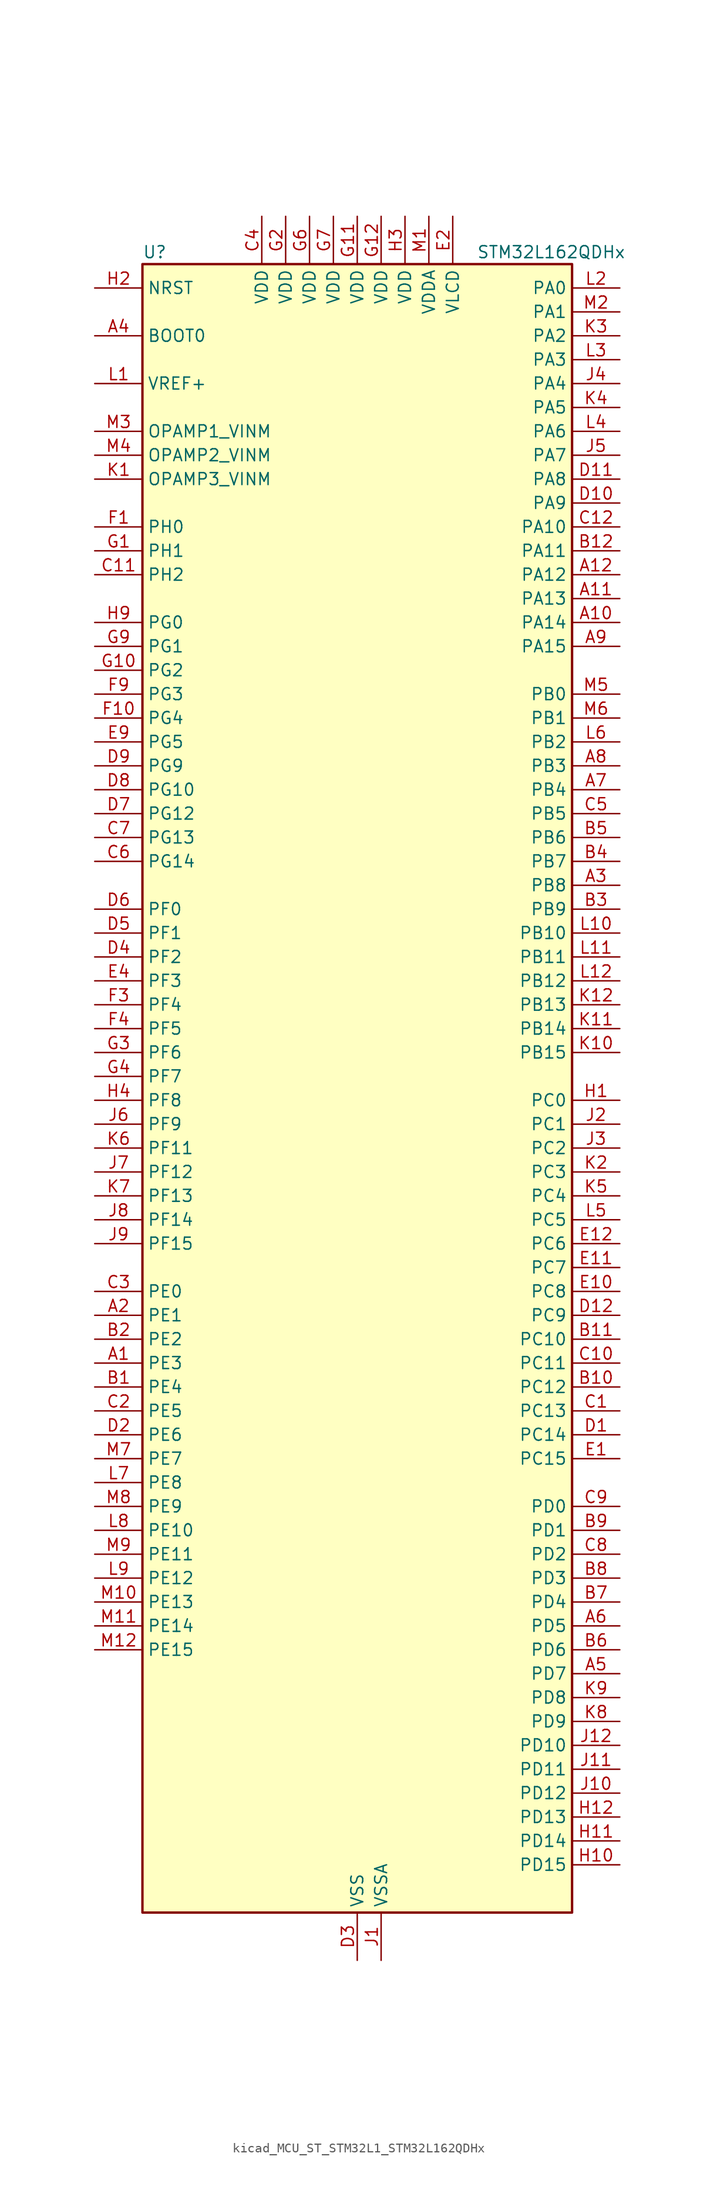
<source format=kicad_sym>
(kicad_symbol_lib
  (version 20220914)
  (generator kicad_symbol_editor)
  (symbol "kicad_MCU_ST_STM32L1_STM32L162QDHx"
    (property "Reference" "U"
      (at -22.86 90.17 0)
      (effects (font (size 1.27 1.27)) (justify left)))
    (property "Value" "STM32L162QDHx"
      (at 12.7 90.17 0)
      (effects (font (size 1.27 1.27)) (justify left)))
    (property "ki_locked" ""
      (at 0 0 0)
      (effects (font (size 1.27 1.27))))
    (symbol "kicad_MCU_ST_STM32L1_STM32L162QDHx_0_1"
      (rectangle (start -22.86 -86.36) (end 22.86 88.9) (stroke (width 0.254) (type default)) (fill (type background))))
    (symbol "kicad_MCU_ST_STM32L1_STM32L162QDHx_1_1"
      (pin bidirectional line (at -27.94 -27.94 0) (length 5.08) (name "PE3" (effects (font (size 1.27 1.27)))) (number "A1" (effects (font (size 1.27 1.27)))) (alternate "FSMC_A19" bidirectional line) (alternate "LCD_SEG39" bidirectional line) (alternate "SYS_TRACED0" bidirectional line) (alternate "TIM3_CH1" bidirectional line) (alternate "TIMX_IC4" bidirectional line))
      (pin bidirectional line (at 27.94 50.8 180) (length 5.08) (name "PA14" (effects (font (size 1.27 1.27)))) (number "A10" (effects (font (size 1.27 1.27)))) (alternate "SYS_JTCK-SWCLK" bidirectional line) (alternate "TIMX_IC3" bidirectional line) (alternate "TS_G5_IO2" bidirectional line))
      (pin bidirectional line (at 27.94 53.34 180) (length 5.08) (name "PA13" (effects (font (size 1.27 1.27)))) (number "A11" (effects (font (size 1.27 1.27)))) (alternate "SYS_JTMS-SWDIO" bidirectional line) (alternate "TIMX_IC2" bidirectional line) (alternate "TS_G5_IO1" bidirectional line))
      (pin bidirectional line (at 27.94 55.88 180) (length 5.08) (name "PA12" (effects (font (size 1.27 1.27)))) (number "A12" (effects (font (size 1.27 1.27)))) (alternate "SPI1_MOSI" bidirectional line) (alternate "TIMX_IC1" bidirectional line) (alternate "USART1_RTS" bidirectional line) (alternate "USB_DP" bidirectional line))
      (pin bidirectional line (at -27.94 -22.86 0) (length 5.08) (name "PE1" (effects (font (size 1.27 1.27)))) (number "A2" (effects (font (size 1.27 1.27)))) (alternate "FSMC_NBL1" bidirectional line) (alternate "LCD_SEG37" bidirectional line) (alternate "TIM11_CH1" bidirectional line) (alternate "TIMX_IC2" bidirectional line))
      (pin bidirectional line (at 27.94 22.86 180) (length 5.08) (name "PB8" (effects (font (size 1.27 1.27)))) (number "A3" (effects (font (size 1.27 1.27)))) (alternate "I2C1_SCL" bidirectional line) (alternate "LCD_SEG16" bidirectional line) (alternate "SDIO_D4" bidirectional line) (alternate "TIM10_CH1" bidirectional line) (alternate "TIM4_CH3" bidirectional line))
      (pin input line (at -27.94 81.28 0) (length 5.08) (name "BOOT0" (effects (font (size 1.27 1.27)))) (number "A4" (effects (font (size 1.27 1.27)))))
      (pin bidirectional line (at 27.94 -60.96 180) (length 5.08) (name "PD7" (effects (font (size 1.27 1.27)))) (number "A5" (effects (font (size 1.27 1.27)))) (alternate "FSMC_NE1" bidirectional line) (alternate "TIM9_CH2" bidirectional line) (alternate "TIMX_IC4" bidirectional line) (alternate "USART2_CK" bidirectional line))
      (pin bidirectional line (at 27.94 -55.88 180) (length 5.08) (name "PD5" (effects (font (size 1.27 1.27)))) (number "A6" (effects (font (size 1.27 1.27)))) (alternate "FSMC_NWE" bidirectional line) (alternate "TIMX_IC2" bidirectional line) (alternate "USART2_TX" bidirectional line))
      (pin bidirectional line (at 27.94 33.02 180) (length 5.08) (name "PB4" (effects (font (size 1.27 1.27)))) (number "A7" (effects (font (size 1.27 1.27)))) (alternate "COMP2_INP" bidirectional line) (alternate "LCD_SEG8" bidirectional line) (alternate "SPI1_MISO" bidirectional line) (alternate "SPI3_MISO" bidirectional line) (alternate "SYS_JTRST" bidirectional line) (alternate "TIM3_CH1" bidirectional line) (alternate "TS_G6_IO1" bidirectional line))
      (pin bidirectional line (at 27.94 35.56 180) (length 5.08) (name "PB3" (effects (font (size 1.27 1.27)))) (number "A8" (effects (font (size 1.27 1.27)))) (alternate "COMP2_INM" bidirectional line) (alternate "I2S3_CK" bidirectional line) (alternate "LCD_SEG7" bidirectional line) (alternate "SPI1_SCK" bidirectional line) (alternate "SPI3_SCK" bidirectional line) (alternate "SYS_JTDO-TRACESWO" bidirectional line) (alternate "TIM2_CH2" bidirectional line))
      (pin bidirectional line (at 27.94 48.26 180) (length 5.08) (name "PA15" (effects (font (size 1.27 1.27)))) (number "A9" (effects (font (size 1.27 1.27)))) (alternate "ADC_EXTI15" bidirectional line) (alternate "I2S3_WS" bidirectional line) (alternate "LCD_SEG17" bidirectional line) (alternate "SPI1_NSS" bidirectional line) (alternate "SPI3_NSS" bidirectional line) (alternate "SYS_JTDI" bidirectional line) (alternate "TIM2_CH1" bidirectional line) (alternate "TIM2_ETR" bidirectional line) (alternate "TIMX_IC4" bidirectional line) (alternate "TS_G5_IO3" bidirectional line))
      (pin bidirectional line (at -27.94 -30.48 0) (length 5.08) (name "PE4" (effects (font (size 1.27 1.27)))) (number "B1" (effects (font (size 1.27 1.27)))) (alternate "FSMC_A20" bidirectional line) (alternate "SYS_TRACED1" bidirectional line) (alternate "TIM3_CH2" bidirectional line) (alternate "TIMX_IC1" bidirectional line))
      (pin bidirectional line (at 27.94 -30.48 180) (length 5.08) (name "PC12" (effects (font (size 1.27 1.27)))) (number "B10" (effects (font (size 1.27 1.27)))) (alternate "I2S3_SD" bidirectional line) (alternate "LCD_COM6" bidirectional line) (alternate "LCD_SEG30" bidirectional line) (alternate "LCD_SEG42" bidirectional line) (alternate "SDIO_CK" bidirectional line) (alternate "SPI3_MOSI" bidirectional line) (alternate "TIMX_IC1" bidirectional line) (alternate "UART5_TX" bidirectional line) (alternate "USART3_CK" bidirectional line))
      (pin bidirectional line (at 27.94 -25.4 180) (length 5.08) (name "PC10" (effects (font (size 1.27 1.27)))) (number "B11" (effects (font (size 1.27 1.27)))) (alternate "I2S3_CK" bidirectional line) (alternate "LCD_COM4" bidirectional line) (alternate "LCD_SEG28" bidirectional line) (alternate "LCD_SEG40" bidirectional line) (alternate "SDIO_D2" bidirectional line) (alternate "SPI3_SCK" bidirectional line) (alternate "TIMX_IC3" bidirectional line) (alternate "UART4_TX" bidirectional line) (alternate "USART3_TX" bidirectional line))
      (pin bidirectional line (at 27.94 58.42 180) (length 5.08) (name "PA11" (effects (font (size 1.27 1.27)))) (number "B12" (effects (font (size 1.27 1.27)))) (alternate "ADC_EXTI11" bidirectional line) (alternate "SPI1_MISO" bidirectional line) (alternate "TIMX_IC4" bidirectional line) (alternate "USART1_CTS" bidirectional line) (alternate "USB_DM" bidirectional line))
      (pin bidirectional line (at -27.94 -25.4 0) (length 5.08) (name "PE2" (effects (font (size 1.27 1.27)))) (number "B2" (effects (font (size 1.27 1.27)))) (alternate "FSMC_A23" bidirectional line) (alternate "LCD_SEG38" bidirectional line) (alternate "SYS_TRACECK" bidirectional line) (alternate "TIM3_ETR" bidirectional line) (alternate "TIMX_IC3" bidirectional line))
      (pin bidirectional line (at 27.94 20.32 180) (length 5.08) (name "PB9" (effects (font (size 1.27 1.27)))) (number "B3" (effects (font (size 1.27 1.27)))) (alternate "DAC_EXTI9" bidirectional line) (alternate "I2C1_SDA" bidirectional line) (alternate "LCD_COM3" bidirectional line) (alternate "SDIO_D5" bidirectional line) (alternate "TIM11_CH1" bidirectional line) (alternate "TIM4_CH4" bidirectional line))
      (pin bidirectional line (at 27.94 25.4 180) (length 5.08) (name "PB7" (effects (font (size 1.27 1.27)))) (number "B4" (effects (font (size 1.27 1.27)))) (alternate "COMP2_INP" bidirectional line) (alternate "FSMC_NL" bidirectional line) (alternate "I2C1_SDA" bidirectional line) (alternate "SYS_PVD_IN" bidirectional line) (alternate "TIM4_CH2" bidirectional line) (alternate "TS_G6_IO4" bidirectional line) (alternate "USART1_RX" bidirectional line))
      (pin bidirectional line (at 27.94 27.94 180) (length 5.08) (name "PB6" (effects (font (size 1.27 1.27)))) (number "B5" (effects (font (size 1.27 1.27)))) (alternate "COMP2_INP" bidirectional line) (alternate "I2C1_SCL" bidirectional line) (alternate "TIM4_CH1" bidirectional line) (alternate "TS_G6_IO3" bidirectional line) (alternate "USART1_TX" bidirectional line))
      (pin bidirectional line (at 27.94 -58.42 180) (length 5.08) (name "PD6" (effects (font (size 1.27 1.27)))) (number "B6" (effects (font (size 1.27 1.27)))) (alternate "FSMC_NWAIT" bidirectional line) (alternate "TIMX_IC3" bidirectional line) (alternate "USART2_RX" bidirectional line))
      (pin bidirectional line (at 27.94 -53.34 180) (length 5.08) (name "PD4" (effects (font (size 1.27 1.27)))) (number "B7" (effects (font (size 1.27 1.27)))) (alternate "FSMC_NOE" bidirectional line) (alternate "I2S2_SD" bidirectional line) (alternate "SPI2_MOSI" bidirectional line) (alternate "TIMX_IC1" bidirectional line) (alternate "USART2_RTS" bidirectional line))
      (pin bidirectional line (at 27.94 -50.8 180) (length 5.08) (name "PD3" (effects (font (size 1.27 1.27)))) (number "B8" (effects (font (size 1.27 1.27)))) (alternate "FSMC_CLK" bidirectional line) (alternate "SPI2_MISO" bidirectional line) (alternate "TIMX_IC4" bidirectional line) (alternate "USART2_CTS" bidirectional line))
      (pin bidirectional line (at 27.94 -45.72 180) (length 5.08) (name "PD1" (effects (font (size 1.27 1.27)))) (number "B9" (effects (font (size 1.27 1.27)))) (alternate "FSMC_D3" bidirectional line) (alternate "FSMC_DA3" bidirectional line) (alternate "I2S2_CK" bidirectional line) (alternate "SPI2_SCK" bidirectional line) (alternate "TIMX_IC2" bidirectional line))
      (pin bidirectional line (at 27.94 -33.02 180) (length 5.08) (name "PC13" (effects (font (size 1.27 1.27)))) (number "C1" (effects (font (size 1.27 1.27)))) (alternate "RTC_OUT_ALARM" bidirectional line) (alternate "RTC_OUT_CALIB" bidirectional line) (alternate "RTC_TAMP1" bidirectional line) (alternate "RTC_TS" bidirectional line) (alternate "SYS_WKUP2" bidirectional line) (alternate "TIMX_IC2" bidirectional line))
      (pin bidirectional line (at 27.94 -27.94 180) (length 5.08) (name "PC11" (effects (font (size 1.27 1.27)))) (number "C10" (effects (font (size 1.27 1.27)))) (alternate "ADC_EXTI11" bidirectional line) (alternate "LCD_COM5" bidirectional line) (alternate "LCD_SEG29" bidirectional line) (alternate "LCD_SEG41" bidirectional line) (alternate "SDIO_D3" bidirectional line) (alternate "SPI3_MISO" bidirectional line) (alternate "TIMX_IC4" bidirectional line) (alternate "UART4_RX" bidirectional line) (alternate "USART3_RX" bidirectional line))
      (pin bidirectional line (at -27.94 55.88 0) (length 5.08) (name "PH2" (effects (font (size 1.27 1.27)))) (number "C11" (effects (font (size 1.27 1.27)))) (alternate "FSMC_A22" bidirectional line))
      (pin bidirectional line (at 27.94 60.96 180) (length 5.08) (name "PA10" (effects (font (size 1.27 1.27)))) (number "C12" (effects (font (size 1.27 1.27)))) (alternate "LCD_COM2" bidirectional line) (alternate "TIMX_IC3" bidirectional line) (alternate "TS_G4_IO3" bidirectional line) (alternate "USART1_RX" bidirectional line))
      (pin bidirectional line (at -27.94 -33.02 0) (length 5.08) (name "PE5" (effects (font (size 1.27 1.27)))) (number "C2" (effects (font (size 1.27 1.27)))) (alternate "FSMC_A21" bidirectional line) (alternate "SYS_TRACED2" bidirectional line) (alternate "TIM9_CH1" bidirectional line) (alternate "TIMX_IC2" bidirectional line))
      (pin bidirectional line (at -27.94 -20.32 0) (length 5.08) (name "PE0" (effects (font (size 1.27 1.27)))) (number "C3" (effects (font (size 1.27 1.27)))) (alternate "FSMC_NBL0" bidirectional line) (alternate "LCD_SEG36" bidirectional line) (alternate "TIM10_CH1" bidirectional line) (alternate "TIM4_ETR" bidirectional line) (alternate "TIMX_IC1" bidirectional line))
      (pin power_in line (at -10.16 93.98 270) (length 5.08) (name "VDD" (effects (font (size 1.27 1.27)))) (number "C4" (effects (font (size 1.27 1.27)))))
      (pin bidirectional line (at 27.94 30.48 180) (length 5.08) (name "PB5" (effects (font (size 1.27 1.27)))) (number "C5" (effects (font (size 1.27 1.27)))) (alternate "COMP2_INP" bidirectional line) (alternate "I2C1_SMBA" bidirectional line) (alternate "I2S3_SD" bidirectional line) (alternate "LCD_SEG9" bidirectional line) (alternate "SPI1_MOSI" bidirectional line) (alternate "SPI3_MOSI" bidirectional line) (alternate "TIM3_CH2" bidirectional line) (alternate "TS_G6_IO2" bidirectional line))
      (pin bidirectional line (at -27.94 25.4 0) (length 5.08) (name "PG14" (effects (font (size 1.27 1.27)))) (number "C6" (effects (font (size 1.27 1.27)))) (alternate "FSMC_A25" bidirectional line))
      (pin bidirectional line (at -27.94 27.94 0) (length 5.08) (name "PG13" (effects (font (size 1.27 1.27)))) (number "C7" (effects (font (size 1.27 1.27)))) (alternate "FSMC_A24" bidirectional line))
      (pin bidirectional line (at 27.94 -48.26 180) (length 5.08) (name "PD2" (effects (font (size 1.27 1.27)))) (number "C8" (effects (font (size 1.27 1.27)))) (alternate "LCD_COM7" bidirectional line) (alternate "LCD_SEG31" bidirectional line) (alternate "LCD_SEG43" bidirectional line) (alternate "SDIO_CMD" bidirectional line) (alternate "TIM3_ETR" bidirectional line) (alternate "TIMX_IC3" bidirectional line) (alternate "UART5_RX" bidirectional line))
      (pin bidirectional line (at 27.94 -43.18 180) (length 5.08) (name "PD0" (effects (font (size 1.27 1.27)))) (number "C9" (effects (font (size 1.27 1.27)))) (alternate "FSMC_D2" bidirectional line) (alternate "FSMC_DA2" bidirectional line) (alternate "I2S2_WS" bidirectional line) (alternate "SPI2_NSS" bidirectional line) (alternate "TIM9_CH1" bidirectional line) (alternate "TIMX_IC1" bidirectional line))
      (pin bidirectional line (at 27.94 -35.56 180) (length 5.08) (name "PC14" (effects (font (size 1.27 1.27)))) (number "D1" (effects (font (size 1.27 1.27)))) (alternate "RCC_OSC32_IN" bidirectional line) (alternate "TIMX_IC3" bidirectional line))
      (pin bidirectional line (at 27.94 63.5 180) (length 5.08) (name "PA9" (effects (font (size 1.27 1.27)))) (number "D10" (effects (font (size 1.27 1.27)))) (alternate "DAC_EXTI9" bidirectional line) (alternate "LCD_COM1" bidirectional line) (alternate "TIMX_IC2" bidirectional line) (alternate "TS_G4_IO2" bidirectional line) (alternate "USART1_TX" bidirectional line))
      (pin bidirectional line (at 27.94 66.04 180) (length 5.08) (name "PA8" (effects (font (size 1.27 1.27)))) (number "D11" (effects (font (size 1.27 1.27)))) (alternate "LCD_COM0" bidirectional line) (alternate "RCC_MCO" bidirectional line) (alternate "TIMX_IC1" bidirectional line) (alternate "TS_G4_IO1" bidirectional line) (alternate "USART1_CK" bidirectional line))
      (pin bidirectional line (at 27.94 -22.86 180) (length 5.08) (name "PC9" (effects (font (size 1.27 1.27)))) (number "D12" (effects (font (size 1.27 1.27)))) (alternate "DAC_EXTI9" bidirectional line) (alternate "LCD_SEG27" bidirectional line) (alternate "SDIO_D1" bidirectional line) (alternate "TIM3_CH4" bidirectional line) (alternate "TIMX_IC2" bidirectional line) (alternate "TS_G10_IO4" bidirectional line))
      (pin bidirectional line (at -27.94 -35.56 0) (length 5.08) (name "PE6" (effects (font (size 1.27 1.27)))) (number "D2" (effects (font (size 1.27 1.27)))) (alternate "RTC_TAMP3" bidirectional line) (alternate "SYS_TRACED3" bidirectional line) (alternate "SYS_WKUP3" bidirectional line) (alternate "TIM9_CH2" bidirectional line) (alternate "TIMX_IC3" bidirectional line))
      (pin power_in line (at 0 -91.44 90) (length 5.08) (name "VSS" (effects (font (size 1.27 1.27)))) (number "D3" (effects (font (size 1.27 1.27)))))
      (pin bidirectional line (at -27.94 15.24 0) (length 5.08) (name "PF2" (effects (font (size 1.27 1.27)))) (number "D4" (effects (font (size 1.27 1.27)))) (alternate "FSMC_A2" bidirectional line))
      (pin bidirectional line (at -27.94 17.78 0) (length 5.08) (name "PF1" (effects (font (size 1.27 1.27)))) (number "D5" (effects (font (size 1.27 1.27)))) (alternate "FSMC_A1" bidirectional line))
      (pin bidirectional line (at -27.94 20.32 0) (length 5.08) (name "PF0" (effects (font (size 1.27 1.27)))) (number "D6" (effects (font (size 1.27 1.27)))) (alternate "FSMC_A0" bidirectional line))
      (pin bidirectional line (at -27.94 30.48 0) (length 5.08) (name "PG12" (effects (font (size 1.27 1.27)))) (number "D7" (effects (font (size 1.27 1.27)))) (alternate "FSMC_NE4" bidirectional line))
      (pin bidirectional line (at -27.94 33.02 0) (length 5.08) (name "PG10" (effects (font (size 1.27 1.27)))) (number "D8" (effects (font (size 1.27 1.27)))) (alternate "FSMC_NE3" bidirectional line))
      (pin bidirectional line (at -27.94 35.56 0) (length 5.08) (name "PG9" (effects (font (size 1.27 1.27)))) (number "D9" (effects (font (size 1.27 1.27)))) (alternate "DAC_EXTI9" bidirectional line) (alternate "FSMC_NE2" bidirectional line))
      (pin bidirectional line (at 27.94 -38.1 180) (length 5.08) (name "PC15" (effects (font (size 1.27 1.27)))) (number "E1" (effects (font (size 1.27 1.27)))) (alternate "ADC_EXTI15" bidirectional line) (alternate "RCC_OSC32_OUT" bidirectional line) (alternate "TIMX_IC4" bidirectional line))
      (pin bidirectional line (at 27.94 -20.32 180) (length 5.08) (name "PC8" (effects (font (size 1.27 1.27)))) (number "E10" (effects (font (size 1.27 1.27)))) (alternate "LCD_SEG26" bidirectional line) (alternate "SDIO_D0" bidirectional line) (alternate "TIM3_CH3" bidirectional line) (alternate "TIMX_IC1" bidirectional line) (alternate "TS_G10_IO3" bidirectional line))
      (pin bidirectional line (at 27.94 -17.78 180) (length 5.08) (name "PC7" (effects (font (size 1.27 1.27)))) (number "E11" (effects (font (size 1.27 1.27)))) (alternate "I2S3_MCK" bidirectional line) (alternate "LCD_SEG25" bidirectional line) (alternate "SDIO_D7" bidirectional line) (alternate "TIM3_CH2" bidirectional line) (alternate "TIMX_IC4" bidirectional line) (alternate "TS_G10_IO2" bidirectional line))
      (pin bidirectional line (at 27.94 -15.24 180) (length 5.08) (name "PC6" (effects (font (size 1.27 1.27)))) (number "E12" (effects (font (size 1.27 1.27)))) (alternate "I2S2_MCK" bidirectional line) (alternate "LCD_SEG24" bidirectional line) (alternate "SDIO_D6" bidirectional line) (alternate "TIM3_CH1" bidirectional line) (alternate "TIMX_IC3" bidirectional line) (alternate "TS_G10_IO1" bidirectional line))
      (pin power_in line (at 10.16 93.98 270) (length 5.08) (name "VLCD" (effects (font (size 1.27 1.27)))) (number "E2" (effects (font (size 1.27 1.27)))))
      (pin passive line (at 0 -91.44 90) (length 5.08) hide (name "VSS" (effects (font (size 1.27 1.27)))) (number "E3" (effects (font (size 1.27 1.27)))))
      (pin bidirectional line (at -27.94 12.7 0) (length 5.08) (name "PF3" (effects (font (size 1.27 1.27)))) (number "E4" (effects (font (size 1.27 1.27)))) (alternate "FSMC_A3" bidirectional line))
      (pin bidirectional line (at -27.94 38.1 0) (length 5.08) (name "PG5" (effects (font (size 1.27 1.27)))) (number "E9" (effects (font (size 1.27 1.27)))) (alternate "FSMC_A15" bidirectional line))
      (pin bidirectional line (at -27.94 60.96 0) (length 5.08) (name "PH0" (effects (font (size 1.27 1.27)))) (number "F1" (effects (font (size 1.27 1.27)))) (alternate "RCC_OSC_IN" bidirectional line))
      (pin bidirectional line (at -27.94 40.64 0) (length 5.08) (name "PG4" (effects (font (size 1.27 1.27)))) (number "F10" (effects (font (size 1.27 1.27)))) (alternate "ADC_IN12b" bidirectional line) (alternate "FSMC_A14" bidirectional line) (alternate "TS_G7_IO7" bidirectional line))
      (pin passive line (at 0 -91.44 90) (length 5.08) hide (name "VSS" (effects (font (size 1.27 1.27)))) (number "F11" (effects (font (size 1.27 1.27)))))
      (pin passive line (at 0 -91.44 90) (length 5.08) hide (name "VSS" (effects (font (size 1.27 1.27)))) (number "F12" (effects (font (size 1.27 1.27)))))
      (pin passive line (at 0 -91.44 90) (length 5.08) hide (name "VSS" (effects (font (size 1.27 1.27)))) (number "F2" (effects (font (size 1.27 1.27)))))
      (pin bidirectional line (at -27.94 10.16 0) (length 5.08) (name "PF4" (effects (font (size 1.27 1.27)))) (number "F3" (effects (font (size 1.27 1.27)))) (alternate "FSMC_A4" bidirectional line))
      (pin bidirectional line (at -27.94 7.62 0) (length 5.08) (name "PF5" (effects (font (size 1.27 1.27)))) (number "F4" (effects (font (size 1.27 1.27)))) (alternate "FSMC_A5" bidirectional line))
      (pin passive line (at 0 -91.44 90) (length 5.08) hide (name "VSS" (effects (font (size 1.27 1.27)))) (number "F6" (effects (font (size 1.27 1.27)))))
      (pin passive line (at 0 -91.44 90) (length 5.08) hide (name "VSS" (effects (font (size 1.27 1.27)))) (number "F7" (effects (font (size 1.27 1.27)))))
      (pin bidirectional line (at -27.94 43.18 0) (length 5.08) (name "PG3" (effects (font (size 1.27 1.27)))) (number "F9" (effects (font (size 1.27 1.27)))) (alternate "ADC_IN11b" bidirectional line) (alternate "FSMC_A13" bidirectional line) (alternate "TS_G7_IO6" bidirectional line))
      (pin bidirectional line (at -27.94 58.42 0) (length 5.08) (name "PH1" (effects (font (size 1.27 1.27)))) (number "G1" (effects (font (size 1.27 1.27)))) (alternate "RCC_OSC_OUT" bidirectional line))
      (pin bidirectional line (at -27.94 45.72 0) (length 5.08) (name "PG2" (effects (font (size 1.27 1.27)))) (number "G10" (effects (font (size 1.27 1.27)))) (alternate "ADC_IN10b" bidirectional line) (alternate "FSMC_A12" bidirectional line) (alternate "TS_G7_IO5" bidirectional line))
      (pin power_in line (at 0 93.98 270) (length 5.08) (name "VDD" (effects (font (size 1.27 1.27)))) (number "G11" (effects (font (size 1.27 1.27)))))
      (pin power_in line (at 2.54 93.98 270) (length 5.08) (name "VDD" (effects (font (size 1.27 1.27)))) (number "G12" (effects (font (size 1.27 1.27)))))
      (pin power_in line (at -7.62 93.98 270) (length 5.08) (name "VDD" (effects (font (size 1.27 1.27)))) (number "G2" (effects (font (size 1.27 1.27)))))
      (pin bidirectional line (at -27.94 5.08 0) (length 5.08) (name "PF6" (effects (font (size 1.27 1.27)))) (number "G3" (effects (font (size 1.27 1.27)))) (alternate "ADC_IN27" bidirectional line) (alternate "TIM5_CH1" bidirectional line) (alternate "TIM5_ETR" bidirectional line) (alternate "TS_G11_IO1" bidirectional line))
      (pin bidirectional line (at -27.94 2.54 0) (length 5.08) (name "PF7" (effects (font (size 1.27 1.27)))) (number "G4" (effects (font (size 1.27 1.27)))) (alternate "ADC_IN28" bidirectional line) (alternate "COMP1_INP" bidirectional line) (alternate "TIM5_CH2" bidirectional line) (alternate "TS_G11_IO2" bidirectional line))
      (pin power_in line (at -5.08 93.98 270) (length 5.08) (name "VDD" (effects (font (size 1.27 1.27)))) (number "G6" (effects (font (size 1.27 1.27)))))
      (pin power_in line (at -2.54 93.98 270) (length 5.08) (name "VDD" (effects (font (size 1.27 1.27)))) (number "G7" (effects (font (size 1.27 1.27)))))
      (pin bidirectional line (at -27.94 48.26 0) (length 5.08) (name "PG1" (effects (font (size 1.27 1.27)))) (number "G9" (effects (font (size 1.27 1.27)))) (alternate "ADC_IN9b" bidirectional line) (alternate "FSMC_A11" bidirectional line) (alternate "TS_G2_IO5" bidirectional line))
      (pin bidirectional line (at 27.94 0 180) (length 5.08) (name "PC0" (effects (font (size 1.27 1.27)))) (number "H1" (effects (font (size 1.27 1.27)))) (alternate "ADC_IN10" bidirectional line) (alternate "COMP1_INP" bidirectional line) (alternate "LCD_SEG18" bidirectional line) (alternate "TIMX_IC1" bidirectional line) (alternate "TS_G8_IO1" bidirectional line))
      (pin bidirectional line (at 27.94 -81.28 180) (length 5.08) (name "PD15" (effects (font (size 1.27 1.27)))) (number "H10" (effects (font (size 1.27 1.27)))) (alternate "ADC_EXTI15" bidirectional line) (alternate "FSMC_D1" bidirectional line) (alternate "FSMC_DA1" bidirectional line) (alternate "LCD_SEG35" bidirectional line) (alternate "TIM4_CH4" bidirectional line) (alternate "TIMX_IC4" bidirectional line))
      (pin bidirectional line (at 27.94 -78.74 180) (length 5.08) (name "PD14" (effects (font (size 1.27 1.27)))) (number "H11" (effects (font (size 1.27 1.27)))) (alternate "FSMC_D0" bidirectional line) (alternate "FSMC_DA0" bidirectional line) (alternate "LCD_SEG34" bidirectional line) (alternate "TIM4_CH3" bidirectional line) (alternate "TIMX_IC3" bidirectional line))
      (pin bidirectional line (at 27.94 -76.2 180) (length 5.08) (name "PD13" (effects (font (size 1.27 1.27)))) (number "H12" (effects (font (size 1.27 1.27)))) (alternate "FSMC_A18" bidirectional line) (alternate "LCD_SEG33" bidirectional line) (alternate "TIM4_CH2" bidirectional line) (alternate "TIMX_IC2" bidirectional line))
      (pin input line (at -27.94 86.36 0) (length 5.08) (name "NRST" (effects (font (size 1.27 1.27)))) (number "H2" (effects (font (size 1.27 1.27)))))
      (pin power_in line (at 5.08 93.98 270) (length 5.08) (name "VDD" (effects (font (size 1.27 1.27)))) (number "H3" (effects (font (size 1.27 1.27)))))
      (pin bidirectional line (at -27.94 0 0) (length 5.08) (name "PF8" (effects (font (size 1.27 1.27)))) (number "H4" (effects (font (size 1.27 1.27)))) (alternate "ADC_IN29" bidirectional line) (alternate "COMP1_INP" bidirectional line) (alternate "TIM5_CH3" bidirectional line) (alternate "TS_G11_IO3" bidirectional line))
      (pin bidirectional line (at -27.94 50.8 0) (length 5.08) (name "PG0" (effects (font (size 1.27 1.27)))) (number "H9" (effects (font (size 1.27 1.27)))) (alternate "ADC_IN8b" bidirectional line) (alternate "FSMC_A10" bidirectional line) (alternate "TS_G2_IO4" bidirectional line))
      (pin power_in line (at 2.54 -91.44 90) (length 5.08) (name "VSSA" (effects (font (size 1.27 1.27)))) (number "J1" (effects (font (size 1.27 1.27)))))
      (pin bidirectional line (at 27.94 -73.66 180) (length 5.08) (name "PD12" (effects (font (size 1.27 1.27)))) (number "J10" (effects (font (size 1.27 1.27)))) (alternate "FSMC_A17" bidirectional line) (alternate "LCD_SEG32" bidirectional line) (alternate "TIM4_CH1" bidirectional line) (alternate "TIMX_IC1" bidirectional line) (alternate "USART3_RTS" bidirectional line))
      (pin bidirectional line (at 27.94 -71.12 180) (length 5.08) (name "PD11" (effects (font (size 1.27 1.27)))) (number "J11" (effects (font (size 1.27 1.27)))) (alternate "ADC_EXTI11" bidirectional line) (alternate "FSMC_A16" bidirectional line) (alternate "LCD_SEG31" bidirectional line) (alternate "TIMX_IC4" bidirectional line) (alternate "USART3_CTS" bidirectional line))
      (pin bidirectional line (at 27.94 -68.58 180) (length 5.08) (name "PD10" (effects (font (size 1.27 1.27)))) (number "J12" (effects (font (size 1.27 1.27)))) (alternate "FSMC_D15" bidirectional line) (alternate "FSMC_DA15" bidirectional line) (alternate "LCD_SEG30" bidirectional line) (alternate "TIMX_IC3" bidirectional line) (alternate "USART3_CK" bidirectional line))
      (pin bidirectional line (at 27.94 -2.54 180) (length 5.08) (name "PC1" (effects (font (size 1.27 1.27)))) (number "J2" (effects (font (size 1.27 1.27)))) (alternate "ADC_IN11" bidirectional line) (alternate "COMP1_INP" bidirectional line) (alternate "LCD_SEG19" bidirectional line) (alternate "OPAMP3_VINP" bidirectional line) (alternate "TIMX_IC2" bidirectional line) (alternate "TS_G8_IO2" bidirectional line))
      (pin bidirectional line (at 27.94 -5.08 180) (length 5.08) (name "PC2" (effects (font (size 1.27 1.27)))) (number "J3" (effects (font (size 1.27 1.27)))) (alternate "ADC_IN12" bidirectional line) (alternate "COMP1_INP" bidirectional line) (alternate "LCD_SEG20" bidirectional line) (alternate "TIMX_IC3" bidirectional line) (alternate "TS_G8_IO3" bidirectional line))
      (pin bidirectional line (at 27.94 76.2 180) (length 5.08) (name "PA4" (effects (font (size 1.27 1.27)))) (number "J4" (effects (font (size 1.27 1.27)))) (alternate "ADC_IN4" bidirectional line) (alternate "COMP1_INP" bidirectional line) (alternate "DAC_OUT1" bidirectional line) (alternate "I2S3_WS" bidirectional line) (alternate "SPI1_NSS" bidirectional line) (alternate "SPI3_NSS" bidirectional line) (alternate "TIMX_IC1" bidirectional line) (alternate "USART2_CK" bidirectional line))
      (pin bidirectional line (at 27.94 68.58 180) (length 5.08) (name "PA7" (effects (font (size 1.27 1.27)))) (number "J5" (effects (font (size 1.27 1.27)))) (alternate "ADC_IN7" bidirectional line) (alternate "COMP1_INP" bidirectional line) (alternate "LCD_SEG4" bidirectional line) (alternate "SPI1_MOSI" bidirectional line) (alternate "TIM11_CH1" bidirectional line) (alternate "TIM3_CH2" bidirectional line) (alternate "TIMX_IC4" bidirectional line) (alternate "TS_G2_IO2" bidirectional line))
      (pin bidirectional line (at -27.94 -2.54 0) (length 5.08) (name "PF9" (effects (font (size 1.27 1.27)))) (number "J6" (effects (font (size 1.27 1.27)))) (alternate "ADC_IN30" bidirectional line) (alternate "COMP1_INP" bidirectional line) (alternate "DAC_EXTI9" bidirectional line) (alternate "TIM5_CH4" bidirectional line) (alternate "TS_G11_IO4" bidirectional line))
      (pin bidirectional line (at -27.94 -7.62 0) (length 5.08) (name "PF12" (effects (font (size 1.27 1.27)))) (number "J7" (effects (font (size 1.27 1.27)))) (alternate "ADC_IN2b" bidirectional line) (alternate "FSMC_A6" bidirectional line) (alternate "TS_G3_IO5" bidirectional line))
      (pin bidirectional line (at -27.94 -12.7 0) (length 5.08) (name "PF14" (effects (font (size 1.27 1.27)))) (number "J8" (effects (font (size 1.27 1.27)))) (alternate "ADC_IN6b" bidirectional line) (alternate "FSMC_A8" bidirectional line) (alternate "TS_G9_IO4" bidirectional line))
      (pin bidirectional line (at -27.94 -15.24 0) (length 5.08) (name "PF15" (effects (font (size 1.27 1.27)))) (number "J9" (effects (font (size 1.27 1.27)))) (alternate "ADC_EXTI15" bidirectional line) (alternate "ADC_IN7b" bidirectional line) (alternate "FSMC_A9" bidirectional line) (alternate "TS_G2_IO3" bidirectional line))
      (pin input line (at -27.94 66.04 0) (length 5.08) (name "OPAMP3_VINM" (effects (font (size 1.27 1.27)))) (number "K1" (effects (font (size 1.27 1.27)))) (alternate "OPAMP3_VINM" bidirectional line))
      (pin bidirectional line (at 27.94 5.08 180) (length 5.08) (name "PB15" (effects (font (size 1.27 1.27)))) (number "K10" (effects (font (size 1.27 1.27)))) (alternate "ADC_EXTI15" bidirectional line) (alternate "ADC_IN21" bidirectional line) (alternate "COMP1_INP" bidirectional line) (alternate "I2S2_SD" bidirectional line) (alternate "LCD_SEG15" bidirectional line) (alternate "RTC_REFIN" bidirectional line) (alternate "SPI2_MOSI" bidirectional line) (alternate "TIM11_CH1" bidirectional line) (alternate "TS_G7_IO4" bidirectional line))
      (pin bidirectional line (at 27.94 7.62 180) (length 5.08) (name "PB14" (effects (font (size 1.27 1.27)))) (number "K11" (effects (font (size 1.27 1.27)))) (alternate "ADC_IN20" bidirectional line) (alternate "COMP1_INP" bidirectional line) (alternate "LCD_SEG14" bidirectional line) (alternate "SPI2_MISO" bidirectional line) (alternate "TIM9_CH2" bidirectional line) (alternate "TS_G7_IO3" bidirectional line) (alternate "USART3_RTS" bidirectional line))
      (pin bidirectional line (at 27.94 10.16 180) (length 5.08) (name "PB13" (effects (font (size 1.27 1.27)))) (number "K12" (effects (font (size 1.27 1.27)))) (alternate "ADC_IN19" bidirectional line) (alternate "COMP1_INP" bidirectional line) (alternate "I2S2_CK" bidirectional line) (alternate "LCD_SEG13" bidirectional line) (alternate "SPI2_SCK" bidirectional line) (alternate "TIM9_CH1" bidirectional line) (alternate "TS_G7_IO2" bidirectional line) (alternate "USART3_CTS" bidirectional line))
      (pin bidirectional line (at 27.94 -7.62 180) (length 5.08) (name "PC3" (effects (font (size 1.27 1.27)))) (number "K2" (effects (font (size 1.27 1.27)))) (alternate "ADC_IN13" bidirectional line) (alternate "COMP1_INP" bidirectional line) (alternate "LCD_SEG21" bidirectional line) (alternate "OPAMP3_VOUT" bidirectional line) (alternate "TIMX_IC4" bidirectional line) (alternate "TS_G8_IO4" bidirectional line))
      (pin bidirectional line (at 27.94 81.28 180) (length 5.08) (name "PA2" (effects (font (size 1.27 1.27)))) (number "K3" (effects (font (size 1.27 1.27)))) (alternate "ADC_IN2" bidirectional line) (alternate "COMP1_INP" bidirectional line) (alternate "LCD_SEG1" bidirectional line) (alternate "TIM2_CH3" bidirectional line) (alternate "TIM5_CH3" bidirectional line) (alternate "TIM9_CH1" bidirectional line) (alternate "TIMX_IC3" bidirectional line) (alternate "TS_G1_IO3" bidirectional line) (alternate "USART2_TX" bidirectional line))
      (pin bidirectional line (at 27.94 73.66 180) (length 5.08) (name "PA5" (effects (font (size 1.27 1.27)))) (number "K4" (effects (font (size 1.27 1.27)))) (alternate "ADC_IN5" bidirectional line) (alternate "COMP1_INP" bidirectional line) (alternate "DAC_OUT2" bidirectional line) (alternate "SPI1_SCK" bidirectional line) (alternate "TIM2_CH1" bidirectional line) (alternate "TIM2_ETR" bidirectional line) (alternate "TIMX_IC2" bidirectional line))
      (pin bidirectional line (at 27.94 -10.16 180) (length 5.08) (name "PC4" (effects (font (size 1.27 1.27)))) (number "K5" (effects (font (size 1.27 1.27)))) (alternate "ADC_IN14" bidirectional line) (alternate "COMP1_INP" bidirectional line) (alternate "LCD_SEG22" bidirectional line) (alternate "TIMX_IC1" bidirectional line) (alternate "TS_G9_IO1" bidirectional line))
      (pin bidirectional line (at -27.94 -5.08 0) (length 5.08) (name "PF11" (effects (font (size 1.27 1.27)))) (number "K6" (effects (font (size 1.27 1.27)))) (alternate "ADC_EXTI11" bidirectional line) (alternate "ADC_IN1b" bidirectional line) (alternate "TS_G3_IO4" bidirectional line))
      (pin bidirectional line (at -27.94 -10.16 0) (length 5.08) (name "PF13" (effects (font (size 1.27 1.27)))) (number "K7" (effects (font (size 1.27 1.27)))) (alternate "ADC_IN3b" bidirectional line) (alternate "FSMC_A7" bidirectional line) (alternate "TS_G9_IO3" bidirectional line))
      (pin bidirectional line (at 27.94 -66.04 180) (length 5.08) (name "PD9" (effects (font (size 1.27 1.27)))) (number "K8" (effects (font (size 1.27 1.27)))) (alternate "DAC_EXTI9" bidirectional line) (alternate "FSMC_D14" bidirectional line) (alternate "FSMC_DA14" bidirectional line) (alternate "LCD_SEG29" bidirectional line) (alternate "TIMX_IC2" bidirectional line) (alternate "USART3_RX" bidirectional line))
      (pin bidirectional line (at 27.94 -63.5 180) (length 5.08) (name "PD8" (effects (font (size 1.27 1.27)))) (number "K9" (effects (font (size 1.27 1.27)))) (alternate "FSMC_D13" bidirectional line) (alternate "FSMC_DA13" bidirectional line) (alternate "LCD_SEG28" bidirectional line) (alternate "TIMX_IC1" bidirectional line) (alternate "USART3_TX" bidirectional line))
      (pin input line (at -27.94 76.2 0) (length 5.08) (name "VREF+" (effects (font (size 1.27 1.27)))) (number "L1" (effects (font (size 1.27 1.27)))))
      (pin bidirectional line (at 27.94 17.78 180) (length 5.08) (name "PB10" (effects (font (size 1.27 1.27)))) (number "L10" (effects (font (size 1.27 1.27)))) (alternate "I2C2_SCL" bidirectional line) (alternate "LCD_SEG10" bidirectional line) (alternate "TIM2_CH3" bidirectional line) (alternate "USART3_TX" bidirectional line))
      (pin bidirectional line (at 27.94 15.24 180) (length 5.08) (name "PB11" (effects (font (size 1.27 1.27)))) (number "L11" (effects (font (size 1.27 1.27)))) (alternate "ADC_EXTI11" bidirectional line) (alternate "I2C2_SDA" bidirectional line) (alternate "LCD_SEG11" bidirectional line) (alternate "TIM2_CH4" bidirectional line) (alternate "USART3_RX" bidirectional line))
      (pin bidirectional line (at 27.94 12.7 180) (length 5.08) (name "PB12" (effects (font (size 1.27 1.27)))) (number "L12" (effects (font (size 1.27 1.27)))) (alternate "ADC_IN18" bidirectional line) (alternate "COMP1_INP" bidirectional line) (alternate "I2C2_SMBA" bidirectional line) (alternate "I2S2_WS" bidirectional line) (alternate "LCD_SEG12" bidirectional line) (alternate "SPI2_NSS" bidirectional line) (alternate "TIM10_CH1" bidirectional line) (alternate "TS_G7_IO1" bidirectional line) (alternate "USART3_CK" bidirectional line))
      (pin bidirectional line (at 27.94 86.36 180) (length 5.08) (name "PA0" (effects (font (size 1.27 1.27)))) (number "L2" (effects (font (size 1.27 1.27)))) (alternate "ADC_IN0" bidirectional line) (alternate "COMP1_INP" bidirectional line) (alternate "RTC_TAMP2" bidirectional line) (alternate "SYS_WKUP1" bidirectional line) (alternate "TIM2_CH1" bidirectional line) (alternate "TIM2_ETR" bidirectional line) (alternate "TIM5_CH1" bidirectional line) (alternate "TIMX_IC1" bidirectional line) (alternate "TS_G1_IO1" bidirectional line) (alternate "USART2_CTS" bidirectional line))
      (pin bidirectional line (at 27.94 78.74 180) (length 5.08) (name "PA3" (effects (font (size 1.27 1.27)))) (number "L3" (effects (font (size 1.27 1.27)))) (alternate "ADC_IN3" bidirectional line) (alternate "COMP1_INP" bidirectional line) (alternate "LCD_SEG2" bidirectional line) (alternate "OPAMP1_VOUT" bidirectional line) (alternate "TIM2_CH4" bidirectional line) (alternate "TIM5_CH4" bidirectional line) (alternate "TIM9_CH2" bidirectional line) (alternate "TIMX_IC4" bidirectional line) (alternate "TS_G1_IO4" bidirectional line) (alternate "USART2_RX" bidirectional line))
      (pin bidirectional line (at 27.94 71.12 180) (length 5.08) (name "PA6" (effects (font (size 1.27 1.27)))) (number "L4" (effects (font (size 1.27 1.27)))) (alternate "ADC_IN6" bidirectional line) (alternate "COMP1_INP" bidirectional line) (alternate "LCD_SEG3" bidirectional line) (alternate "OPAMP2_VINP" bidirectional line) (alternate "SPI1_MISO" bidirectional line) (alternate "TIM10_CH1" bidirectional line) (alternate "TIM3_CH1" bidirectional line) (alternate "TIMX_IC3" bidirectional line) (alternate "TS_G2_IO1" bidirectional line))
      (pin bidirectional line (at 27.94 -12.7 180) (length 5.08) (name "PC5" (effects (font (size 1.27 1.27)))) (number "L5" (effects (font (size 1.27 1.27)))) (alternate "ADC_IN15" bidirectional line) (alternate "COMP1_INP" bidirectional line) (alternate "LCD_SEG23" bidirectional line) (alternate "TIMX_IC2" bidirectional line) (alternate "TS_G9_IO2" bidirectional line))
      (pin bidirectional line (at 27.94 38.1 180) (length 5.08) (name "PB2" (effects (font (size 1.27 1.27)))) (number "L6" (effects (font (size 1.27 1.27)))) (alternate "ADC_IN0b" bidirectional line) (alternate "TS_G3_IO3" bidirectional line))
      (pin bidirectional line (at -27.94 -40.64 0) (length 5.08) (name "PE8" (effects (font (size 1.27 1.27)))) (number "L7" (effects (font (size 1.27 1.27)))) (alternate "ADC_IN23" bidirectional line) (alternate "COMP1_INP" bidirectional line) (alternate "FSMC_D5" bidirectional line) (alternate "FSMC_DA5" bidirectional line) (alternate "TIMX_IC1" bidirectional line))
      (pin bidirectional line (at -27.94 -45.72 0) (length 5.08) (name "PE10" (effects (font (size 1.27 1.27)))) (number "L8" (effects (font (size 1.27 1.27)))) (alternate "ADC_IN25" bidirectional line) (alternate "COMP1_INP" bidirectional line) (alternate "FSMC_D7" bidirectional line) (alternate "FSMC_DA7" bidirectional line) (alternate "TIM2_CH2" bidirectional line) (alternate "TIMX_IC3" bidirectional line))
      (pin bidirectional line (at -27.94 -50.8 0) (length 5.08) (name "PE12" (effects (font (size 1.27 1.27)))) (number "L9" (effects (font (size 1.27 1.27)))) (alternate "FSMC_D9" bidirectional line) (alternate "FSMC_DA9" bidirectional line) (alternate "SPI1_NSS" bidirectional line) (alternate "TIM2_CH4" bidirectional line) (alternate "TIMX_IC1" bidirectional line))
      (pin power_in line (at 7.62 93.98 270) (length 5.08) (name "VDDA" (effects (font (size 1.27 1.27)))) (number "M1" (effects (font (size 1.27 1.27)))))
      (pin bidirectional line (at -27.94 -53.34 0) (length 5.08) (name "PE13" (effects (font (size 1.27 1.27)))) (number "M10" (effects (font (size 1.27 1.27)))) (alternate "FSMC_D10" bidirectional line) (alternate "FSMC_DA10" bidirectional line) (alternate "SPI1_SCK" bidirectional line) (alternate "TIMX_IC2" bidirectional line))
      (pin bidirectional line (at -27.94 -55.88 0) (length 5.08) (name "PE14" (effects (font (size 1.27 1.27)))) (number "M11" (effects (font (size 1.27 1.27)))) (alternate "FSMC_D11" bidirectional line) (alternate "FSMC_DA11" bidirectional line) (alternate "SPI1_MISO" bidirectional line) (alternate "TIMX_IC3" bidirectional line))
      (pin bidirectional line (at -27.94 -58.42 0) (length 5.08) (name "PE15" (effects (font (size 1.27 1.27)))) (number "M12" (effects (font (size 1.27 1.27)))) (alternate "ADC_EXTI15" bidirectional line) (alternate "FSMC_D12" bidirectional line) (alternate "FSMC_DA12" bidirectional line) (alternate "SPI1_MOSI" bidirectional line) (alternate "TIMX_IC4" bidirectional line))
      (pin bidirectional line (at 27.94 83.82 180) (length 5.08) (name "PA1" (effects (font (size 1.27 1.27)))) (number "M2" (effects (font (size 1.27 1.27)))) (alternate "ADC_IN1" bidirectional line) (alternate "COMP1_INP" bidirectional line) (alternate "LCD_SEG0" bidirectional line) (alternate "OPAMP1_VINP" bidirectional line) (alternate "TIM2_CH2" bidirectional line) (alternate "TIM5_CH2" bidirectional line) (alternate "TIMX_IC2" bidirectional line) (alternate "TS_G1_IO2" bidirectional line) (alternate "USART2_RTS" bidirectional line))
      (pin input line (at -27.94 71.12 0) (length 5.08) (name "OPAMP1_VINM" (effects (font (size 1.27 1.27)))) (number "M3" (effects (font (size 1.27 1.27)))) (alternate "OPAMP1_VINM" bidirectional line))
      (pin input line (at -27.94 68.58 0) (length 5.08) (name "OPAMP2_VINM" (effects (font (size 1.27 1.27)))) (number "M4" (effects (font (size 1.27 1.27)))) (alternate "OPAMP2_VINM" bidirectional line))
      (pin bidirectional line (at 27.94 43.18 180) (length 5.08) (name "PB0" (effects (font (size 1.27 1.27)))) (number "M5" (effects (font (size 1.27 1.27)))) (alternate "ADC_IN8" bidirectional line) (alternate "COMP1_INP" bidirectional line) (alternate "LCD_SEG5" bidirectional line) (alternate "OPAMP2_VOUT" bidirectional line) (alternate "SYS_V_REF_OUT" bidirectional line) (alternate "TIM3_CH3" bidirectional line) (alternate "TS_G3_IO1" bidirectional line))
      (pin bidirectional line (at 27.94 40.64 180) (length 5.08) (name "PB1" (effects (font (size 1.27 1.27)))) (number "M6" (effects (font (size 1.27 1.27)))) (alternate "ADC_IN9" bidirectional line) (alternate "COMP1_INP" bidirectional line) (alternate "LCD_SEG6" bidirectional line) (alternate "SYS_V_REF_OUT" bidirectional line) (alternate "TIM3_CH4" bidirectional line) (alternate "TS_G3_IO2" bidirectional line))
      (pin bidirectional line (at -27.94 -38.1 0) (length 5.08) (name "PE7" (effects (font (size 1.27 1.27)))) (number "M7" (effects (font (size 1.27 1.27)))) (alternate "ADC_IN22" bidirectional line) (alternate "COMP1_INP" bidirectional line) (alternate "FSMC_D4" bidirectional line) (alternate "FSMC_DA4" bidirectional line) (alternate "TIMX_IC4" bidirectional line))
      (pin bidirectional line (at -27.94 -43.18 0) (length 5.08) (name "PE9" (effects (font (size 1.27 1.27)))) (number "M8" (effects (font (size 1.27 1.27)))) (alternate "ADC_IN24" bidirectional line) (alternate "COMP1_INP" bidirectional line) (alternate "DAC_EXTI9" bidirectional line) (alternate "FSMC_D6" bidirectional line) (alternate "FSMC_DA6" bidirectional line) (alternate "TIM2_CH1" bidirectional line) (alternate "TIM2_ETR" bidirectional line) (alternate "TIMX_IC2" bidirectional line))
      (pin bidirectional line (at -27.94 -48.26 0) (length 5.08) (name "PE11" (effects (font (size 1.27 1.27)))) (number "M9" (effects (font (size 1.27 1.27)))) (alternate "ADC_EXTI11" bidirectional line) (alternate "FSMC_D8" bidirectional line) (alternate "FSMC_DA8" bidirectional line) (alternate "TIM2_CH3" bidirectional line) (alternate "TIMX_IC4" bidirectional line)))))
</source>
